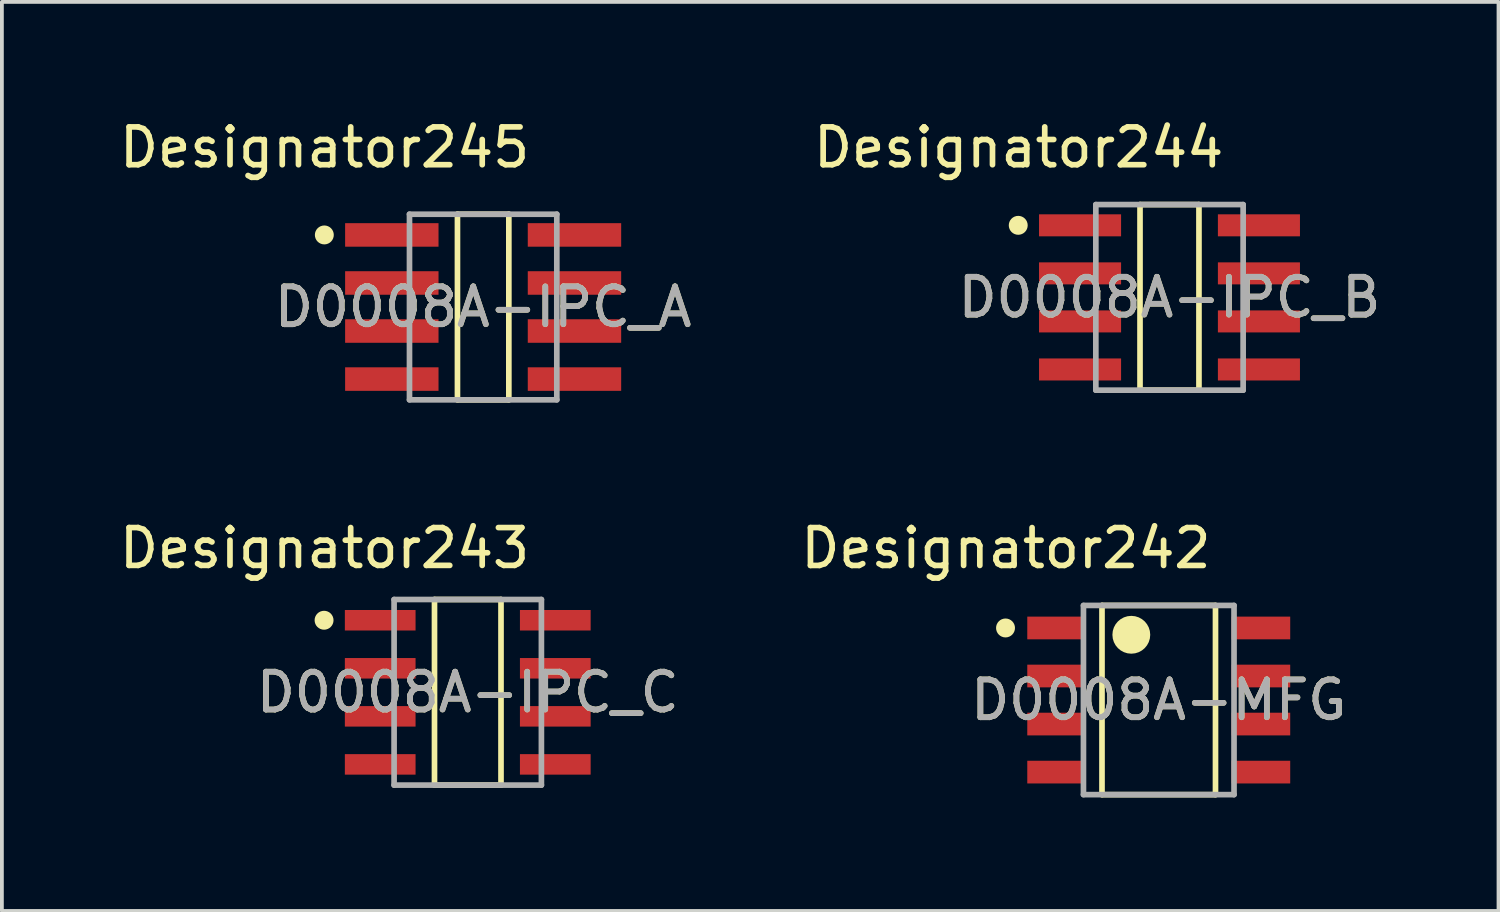
<source format=kicad_pcb>
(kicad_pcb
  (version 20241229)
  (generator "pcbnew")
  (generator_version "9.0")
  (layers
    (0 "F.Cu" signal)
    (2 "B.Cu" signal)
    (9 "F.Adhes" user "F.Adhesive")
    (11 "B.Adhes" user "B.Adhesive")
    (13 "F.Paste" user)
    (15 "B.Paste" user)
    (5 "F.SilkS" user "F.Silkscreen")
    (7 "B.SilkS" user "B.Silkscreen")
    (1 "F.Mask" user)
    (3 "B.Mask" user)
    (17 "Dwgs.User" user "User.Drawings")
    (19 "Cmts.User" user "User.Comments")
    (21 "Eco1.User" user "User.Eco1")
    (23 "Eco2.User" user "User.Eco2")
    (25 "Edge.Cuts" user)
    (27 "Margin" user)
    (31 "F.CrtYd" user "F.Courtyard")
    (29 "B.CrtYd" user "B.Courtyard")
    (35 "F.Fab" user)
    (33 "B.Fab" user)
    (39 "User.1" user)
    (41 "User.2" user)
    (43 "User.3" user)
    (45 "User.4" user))
  (footprint "D0008A-IPC_B"
    (layer "F.Cu")
    (at 27.863 4.811)
    (property "Reference" "D0008A-IPC_B" (at 0 0 0) (unlocked yes) (layer "F.SilkS") (effects (font (size 1 1) (thickness 0.15))))
    (attr smd)
    (fp_line (start -0.779 -2.453) (end 0.779 -2.453) (stroke (width 0.15) (type solid)) (layer "F.SilkS"))
    (fp_line (start -0.779 2.453) (end -0.779 -2.453) (stroke (width 0.15) (type solid)) (layer "F.SilkS"))
    (fp_line (start -0.779 2.453) (end 0.779 2.453) (stroke (width 0.15) (type solid)) (layer "F.SilkS"))
    (fp_line (start 0.779 2.453) (end 0.779 -2.453) (stroke (width 0.15) (type solid)) (layer "F.SilkS"))
    (fp_circle (center -3.998 -1.905) (end -3.873 -1.905) (stroke (width 0.25) (type solid)) (fill no) (layer "F.SilkS"))
    (fp_line (start -1.947 -2.453) (end 1.947 -2.453) (stroke (width 0.15) (type solid)) (layer "F.Fab"))
    (fp_line (start -1.947 2.453) (end -1.947 -2.453) (stroke (width 0.15) (type solid)) (layer "F.Fab"))
    (fp_line (start -1.947 2.453) (end 1.947 2.453) (stroke (width 0.15) (type solid)) (layer "F.Fab"))
    (fp_line (start 1.947 2.453) (end 1.947 -2.453) (stroke (width 0.15) (type solid)) (layer "F.Fab"))
    (fp_text user "Designator244" (at -3.988 -3.962 0) (unlocked yes) (layer "F.SilkS") (effects (font (size 1 1) (thickness 0.15))))
    (fp_text user "${REFERENCE}" (at 0 0 0) (unlocked yes) (layer "F.Fab") (effects (font (size 1 1) (thickness 0.15))))
    (pad "1" smd rect (at -2.364 -1.905) (size 2.169 0.582) (layers "F.Cu" "F.Mask" "F.Paste"))
    (pad "2" smd rect (at -2.364 -0.635) (size 2.169 0.582) (layers "F.Cu" "F.Mask" "F.Paste"))
    (pad "3" smd rect (at -2.364 0.635) (size 2.169 0.582) (layers "F.Cu" "F.Mask" "F.Paste"))
    (pad "4" smd rect (at -2.364 1.905) (size 2.169 0.582) (layers "F.Cu" "F.Mask" "F.Paste"))
    (pad "5" smd rect (at 2.364 1.905) (size 2.169 0.582) (layers "F.Cu" "F.Mask" "F.Paste"))
    (pad "6" smd rect (at 2.364 0.635) (size 2.169 0.582) (layers "F.Cu" "F.Mask" "F.Paste"))
    (pad "7" smd rect (at 2.364 -0.635) (size 2.169 0.582) (layers "F.Cu" "F.Mask" "F.Paste"))
    (pad "8" smd rect (at 2.364 -1.905) (size 2.169 0.582) (layers "F.Cu" "F.Mask" "F.Paste")))
  (footprint "D0008A-MFG"
    (layer "F.Cu")
    (at 27.579 15.454)
    (property "Reference" "D0008A-MFG" (at 0 0 0) (unlocked yes) (layer "F.SilkS") (effects (font (size 1 1) (thickness 0.15))))
    (attr smd)
    (fp_line (start -1.5 -2.5) (end 1.5 -2.5) (stroke (width 0.15) (type solid)) (layer "F.SilkS"))
    (fp_line (start -1.5 2.5) (end -1.5 -2.5) (stroke (width 0.15) (type solid)) (layer "F.SilkS"))
    (fp_line (start -1.5 2.5) (end 1.5 2.5) (stroke (width 0.15) (type solid)) (layer "F.SilkS"))
    (fp_line (start 1.5 2.5) (end 1.5 -2.5) (stroke (width 0.15) (type solid)) (layer "F.SilkS"))
    (fp_circle (center -4.05 -1.905) (end -3.925 -1.905) (stroke (width 0.25) (type solid)) (fill no) (layer "F.SilkS"))
    (fp_circle (center -0.725 -1.725) (end -0.475 -1.725) (stroke (width 0.5) (type solid)) (fill no) (layer "F.SilkS"))
    (fp_line (start -1.99 -2.5) (end 1.99 -2.5) (stroke (width 0.15) (type solid)) (layer "F.Fab"))
    (fp_line (start -1.99 2.5) (end -1.99 -2.5) (stroke (width 0.15) (type solid)) (layer "F.Fab"))
    (fp_line (start -1.99 2.5) (end 1.99 2.5) (stroke (width 0.15) (type solid)) (layer "F.Fab"))
    (fp_line (start 1.99 2.5) (end 1.99 -2.5) (stroke (width 0.15) (type solid)) (layer "F.Fab"))
    (fp_text user "Designator242" (at -4.039 -4.013 0) (unlocked yes) (layer "F.SilkS") (effects (font (size 1 1) (thickness 0.15))))
    (fp_text user "${REFERENCE}" (at 0 0 0) (unlocked yes) (layer "F.Fab") (effects (font (size 1 1) (thickness 0.15))))
    (pad "1" smd rect (at -2.7 -1.905) (size 1.55 0.6) (layers "F.Cu" "F.Mask" "F.Paste"))
    (pad "2" smd rect (at -2.7 -0.635) (size 1.55 0.6) (layers "F.Cu" "F.Mask" "F.Paste"))
    (pad "3" smd rect (at -2.7 0.635) (size 1.55 0.6) (layers "F.Cu" "F.Mask" "F.Paste"))
    (pad "4" smd rect (at -2.7 1.905) (size 1.55 0.6) (layers "F.Cu" "F.Mask" "F.Paste"))
    (pad "5" smd rect (at 2.7 1.905) (size 1.55 0.6) (layers "F.Cu" "F.Mask" "F.Paste"))
    (pad "6" smd rect (at 2.7 0.635) (size 1.55 0.6) (layers "F.Cu" "F.Mask" "F.Paste"))
    (pad "7" smd rect (at 2.7 -0.635) (size 1.55 0.6) (layers "F.Cu" "F.Mask" "F.Paste"))
    (pad "8" smd rect (at 2.7 -1.905) (size 1.55 0.6) (layers "F.Cu" "F.Mask" "F.Paste")))
  (footprint "D0008A-IPC_C"
    (layer "F.Cu")
    (at 9.314 15.25)
    (property "Reference" "D0008A-IPC_C" (at 0 0 0) (unlocked yes) (layer "F.SilkS") (effects (font (size 1 1) (thickness 0.15))))
    (attr smd)
    (fp_line (start -0.879 -2.453) (end 0.879 -2.453) (stroke (width 0.15) (type solid)) (layer "F.SilkS"))
    (fp_line (start -0.879 2.453) (end -0.879 -2.453) (stroke (width 0.15) (type solid)) (layer "F.SilkS"))
    (fp_line (start -0.879 2.453) (end 0.879 2.453) (stroke (width 0.15) (type solid)) (layer "F.SilkS"))
    (fp_line (start 0.879 2.453) (end 0.879 -2.453) (stroke (width 0.15) (type solid)) (layer "F.SilkS"))
    (fp_circle (center -3.798 -1.905) (end -3.673 -1.905) (stroke (width 0.25) (type solid)) (fill no) (layer "F.SilkS"))
    (fp_line (start -1.947 -2.453) (end 1.947 -2.453) (stroke (width 0.15) (type solid)) (layer "F.Fab"))
    (fp_line (start -1.947 2.453) (end -1.947 -2.453) (stroke (width 0.15) (type solid)) (layer "F.Fab"))
    (fp_line (start -1.947 2.453) (end 1.947 2.453) (stroke (width 0.15) (type solid)) (layer "F.Fab"))
    (fp_line (start 1.947 2.453) (end 1.947 -2.453) (stroke (width 0.15) (type solid)) (layer "F.Fab"))
    (fp_text user "Designator243" (at -3.785 -3.81 0) (unlocked yes) (layer "F.SilkS") (effects (font (size 1 1) (thickness 0.15))))
    (fp_text user "${REFERENCE}" (at 0 0 0) (unlocked yes) (layer "F.Fab") (effects (font (size 1 1) (thickness 0.15))))
    (pad "1" smd rect (at -2.314 -1.905) (size 1.869 0.542) (layers "F.Cu" "F.Mask" "F.Paste"))
    (pad "2" smd rect (at -2.314 -0.635) (size 1.869 0.542) (layers "F.Cu" "F.Mask" "F.Paste"))
    (pad "3" smd rect (at -2.314 0.635) (size 1.869 0.542) (layers "F.Cu" "F.Mask" "F.Paste"))
    (pad "4" smd rect (at -2.314 1.905) (size 1.869 0.542) (layers "F.Cu" "F.Mask" "F.Paste"))
    (pad "5" smd rect (at 2.314 1.905) (size 1.869 0.542) (layers "F.Cu" "F.Mask" "F.Paste"))
    (pad "6" smd rect (at 2.314 0.635) (size 1.869 0.542) (layers "F.Cu" "F.Mask" "F.Paste"))
    (pad "7" smd rect (at 2.314 -0.635) (size 1.869 0.542) (layers "F.Cu" "F.Mask" "F.Paste"))
    (pad "8" smd rect (at 2.314 -1.905) (size 1.869 0.542) (layers "F.Cu" "F.Mask" "F.Paste")))
  (footprint "D0008A-IPC_A"
    (layer "F.Cu")
    (at 9.721 5.065)
    (property "Reference" "D0008A-IPC_A" (at 0 0 0) (unlocked yes) (layer "F.SilkS") (effects (font (size 1 1) (thickness 0.15))))
    (attr smd)
    (fp_line (start -0.679 -2.453) (end 0.679 -2.453) (stroke (width 0.15) (type solid)) (layer "F.SilkS"))
    (fp_line (start -0.679 2.453) (end -0.679 -2.453) (stroke (width 0.15) (type solid)) (layer "F.SilkS"))
    (fp_line (start -0.679 2.453) (end 0.679 2.453) (stroke (width 0.15) (type solid)) (layer "F.SilkS"))
    (fp_line (start 0.679 2.453) (end 0.679 -2.453) (stroke (width 0.15) (type solid)) (layer "F.SilkS"))
    (fp_circle (center -4.198 -1.905) (end -4.073 -1.905) (stroke (width 0.25) (type solid)) (fill no) (layer "F.SilkS"))
    (fp_line (start -1.947 -2.453) (end 1.947 -2.453) (stroke (width 0.15) (type solid)) (layer "F.Fab"))
    (fp_line (start -1.947 2.453) (end -1.947 -2.453) (stroke (width 0.15) (type solid)) (layer "F.Fab"))
    (fp_line (start -1.947 2.453) (end 1.947 2.453) (stroke (width 0.15) (type solid)) (layer "F.Fab"))
    (fp_line (start 1.947 2.453) (end 1.947 -2.453) (stroke (width 0.15) (type solid)) (layer "F.Fab"))
    (fp_text user "Designator245" (at -4.191 -4.216 0) (unlocked yes) (layer "F.SilkS") (effects (font (size 1 1) (thickness 0.15))))
    (fp_text user "${REFERENCE}" (at 0 0 0) (unlocked yes) (layer "F.Fab") (effects (font (size 1 1) (thickness 0.15))))
    (pad "1" smd rect (at -2.414 -1.905) (size 2.469 0.622) (layers "F.Cu" "F.Mask" "F.Paste"))
    (pad "2" smd rect (at -2.414 -0.635) (size 2.469 0.622) (layers "F.Cu" "F.Mask" "F.Paste"))
    (pad "3" smd rect (at -2.414 0.635) (size 2.469 0.622) (layers "F.Cu" "F.Mask" "F.Paste"))
    (pad "4" smd rect (at -2.414 1.905) (size 2.469 0.622) (layers "F.Cu" "F.Mask" "F.Paste"))
    (pad "5" smd rect (at 2.414 1.905) (size 2.469 0.622) (layers "F.Cu" "F.Mask" "F.Paste"))
    (pad "6" smd rect (at 2.414 0.635) (size 2.469 0.622) (layers "F.Cu" "F.Mask" "F.Paste"))
    (pad "7" smd rect (at 2.414 -0.635) (size 2.469 0.622) (layers "F.Cu" "F.Mask" "F.Paste"))
    (pad "8" smd rect (at 2.414 -1.905) (size 2.469 0.622) (layers "F.Cu" "F.Mask" "F.Paste")))
  (gr_rect
    (start -3 -3)
    (end 36.56 21.029)
    (stroke (width 0.1) (type default))
    (fill no)
    (layer "Edge.Cuts")))
</source>
